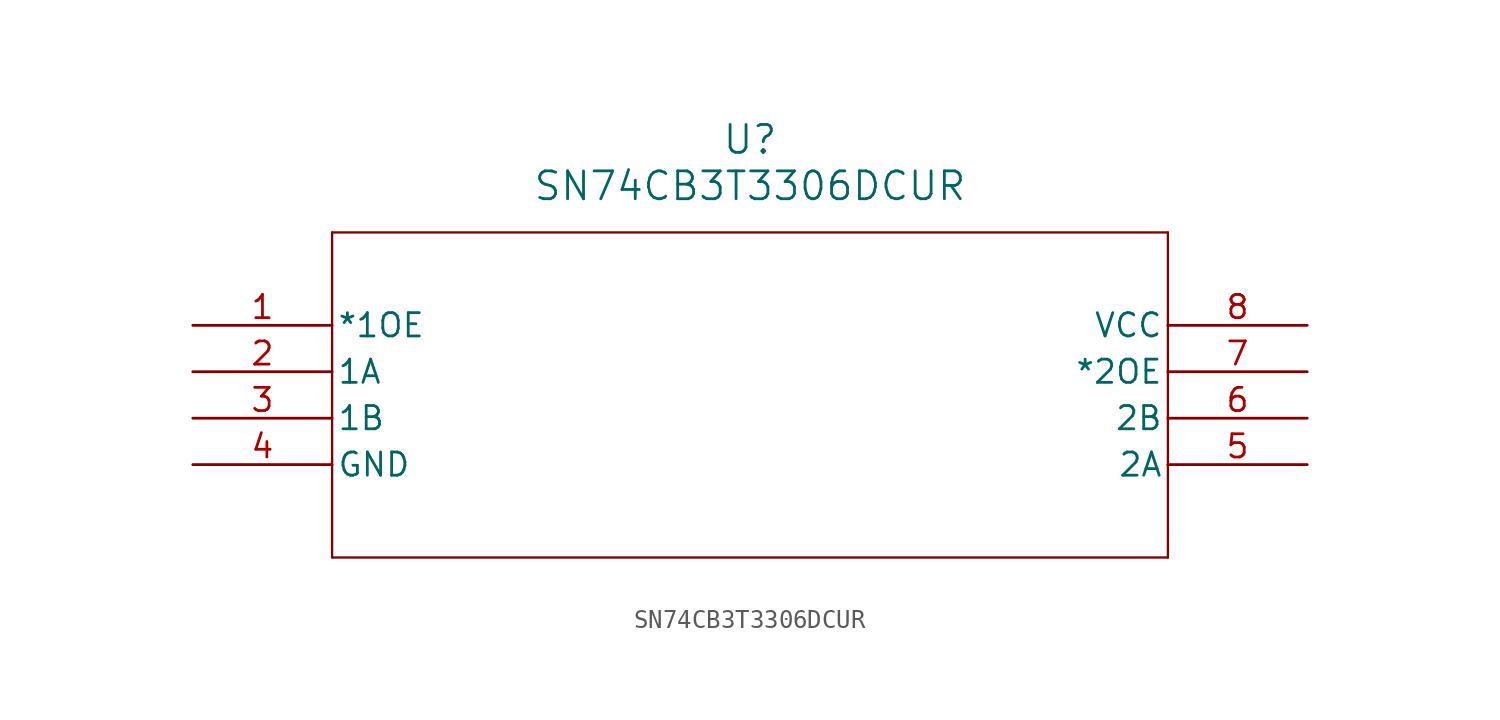
<source format=kicad_sym>
(kicad_symbol_lib
  (version 20211014)
  (generator kicad_symbol_editor)
  (symbol "SN74CB3T3306DCUR"
    (pin_names
      (offset 0.254))
    (property "Reference" "U"
      (at 30.48 10.16 0)
      (effects (font (size 1.524 1.524))))
    (property "Value" "SN74CB3T3306DCUR"
      (at 30.48 7.62 0)
      (effects (font (size 1.524 1.524))))
    (symbol "SN74CB3T3306DCUR_0_1"
      (polyline (pts (xy 7.62 5.08) (xy 7.62 -12.7)) (stroke (width 0.127) (type default) (color 0 0 0 0)) (fill (type none)))
      (polyline (pts (xy 7.62 -12.7) (xy 53.34 -12.7)) (stroke (width 0.127) (type default) (color 0 0 0 0)) (fill (type none)))
      (polyline (pts (xy 53.34 -12.7) (xy 53.34 5.08)) (stroke (width 0.127) (type default) (color 0 0 0 0)) (fill (type none)))
      (polyline (pts (xy 53.34 5.08) (xy 7.62 5.08)) (stroke (width 0.127) (type default) (color 0 0 0 0)) (fill (type none)))
      (pin input line (at 0 0 0) (length 7.62) (name "*1OE" (effects (font (size 1.27 1.27)))) (number "1" (effects (font (size 1.27 1.27)))))
      (pin bidirectional line (at 0 -2.54 0) (length 7.62) (name "1A" (effects (font (size 1.27 1.27)))) (number "2" (effects (font (size 1.27 1.27)))))
      (pin bidirectional line (at 0 -5.08 0) (length 7.62) (name "1B" (effects (font (size 1.27 1.27)))) (number "3" (effects (font (size 1.27 1.27)))))
      (pin power_in line (at 0 -7.62 0) (length 7.62) (name "GND" (effects (font (size 1.27 1.27)))) (number "4" (effects (font (size 1.27 1.27)))))
      (pin bidirectional line (at 60.96 -7.62 180) (length 7.62) (name "2A" (effects (font (size 1.27 1.27)))) (number "5" (effects (font (size 1.27 1.27)))))
      (pin bidirectional line (at 60.96 -5.08 180) (length 7.62) (name "2B" (effects (font (size 1.27 1.27)))) (number "6" (effects (font (size 1.27 1.27)))))
      (pin input line (at 60.96 -2.54 180) (length 7.62) (name "*2OE" (effects (font (size 1.27 1.27)))) (number "7" (effects (font (size 1.27 1.27)))))
      (pin power_in line (at 60.96 0 180) (length 7.62) (name "VCC" (effects (font (size 1.27 1.27)))) (number "8" (effects (font (size 1.27 1.27))))))))
</source>
